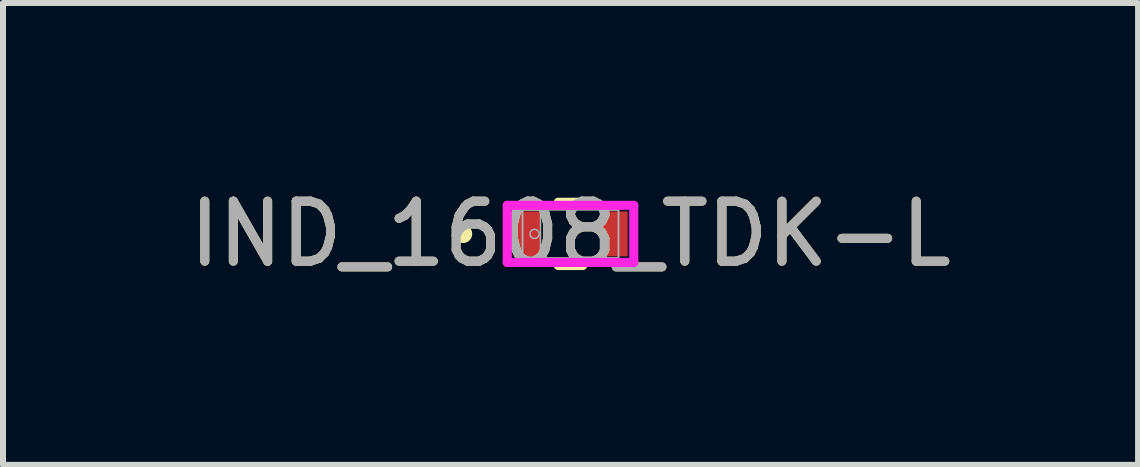
<source format=kicad_pcb>
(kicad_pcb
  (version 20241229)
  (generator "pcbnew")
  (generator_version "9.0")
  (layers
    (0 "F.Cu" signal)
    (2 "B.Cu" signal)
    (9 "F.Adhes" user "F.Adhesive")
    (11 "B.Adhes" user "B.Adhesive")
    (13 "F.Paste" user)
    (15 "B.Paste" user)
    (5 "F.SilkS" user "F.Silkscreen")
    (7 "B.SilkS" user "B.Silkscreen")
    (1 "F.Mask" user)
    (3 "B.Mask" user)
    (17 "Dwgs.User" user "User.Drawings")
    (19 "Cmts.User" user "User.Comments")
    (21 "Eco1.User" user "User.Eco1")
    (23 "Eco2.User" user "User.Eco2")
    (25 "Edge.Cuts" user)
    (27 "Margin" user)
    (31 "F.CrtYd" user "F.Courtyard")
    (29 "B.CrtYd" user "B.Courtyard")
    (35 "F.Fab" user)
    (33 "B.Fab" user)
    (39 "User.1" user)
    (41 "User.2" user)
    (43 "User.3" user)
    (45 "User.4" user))
  (footprint "IND_1608_TDK-L"
    (layer "F.Cu")
    (at 6.458 0.848)
    (property "Reference" "IND_1608_TDK-L" (at 0 0 0) (unlocked yes) (layer "F.SilkS") (effects (font (size 1 1) (thickness 0.15))))
    (attr smd)
    (fp_line (start -0.204 0.527) (end 0.204 0.527) (stroke (width 0.152) (type solid)) (layer "F.SilkS"))
    (fp_line (start 0.204 -0.527) (end -0.204 -0.527) (stroke (width 0.152) (type solid)) (layer "F.SilkS"))
    (fp_circle (center -1.791 0) (end -1.714 0) (stroke (width 0.152) (type solid)) (fill no) (layer "F.SilkS"))
    (fp_line (start -1.054 -0.476) (end 1.054 -0.476) (stroke (width 0.152) (type solid)) (layer "F.CrtYd"))
    (fp_line (start -1.054 0.476) (end -1.054 -0.476) (stroke (width 0.152) (type solid)) (layer "F.CrtYd"))
    (fp_line (start 1.054 -0.476) (end 1.054 0.476) (stroke (width 0.152) (type solid)) (layer "F.CrtYd"))
    (fp_line (start 1.054 0.476) (end -1.054 0.476) (stroke (width 0.152) (type solid)) (layer "F.CrtYd"))
    (fp_line (start -0.8 -0.4) (end -0.8 0.4) (stroke (width 0.025) (type solid)) (layer "F.Fab"))
    (fp_line (start -0.8 -0.4) (end -0.8 0.4) (stroke (width 0.025) (type solid)) (layer "F.Fab"))
    (fp_line (start -0.8 0.4) (end -0.5 0.4) (stroke (width 0.025) (type solid)) (layer "F.Fab"))
    (fp_line (start -0.8 0.4) (end 0.8 0.4) (stroke (width 0.025) (type solid)) (layer "F.Fab"))
    (fp_line (start -0.5 -0.4) (end -0.8 -0.4) (stroke (width 0.025) (type solid)) (layer "F.Fab"))
    (fp_line (start -0.5 0.4) (end -0.5 -0.4) (stroke (width 0.025) (type solid)) (layer "F.Fab"))
    (fp_line (start 0.5 -0.4) (end 0.5 0.4) (stroke (width 0.025) (type solid)) (layer "F.Fab"))
    (fp_line (start 0.5 0.4) (end 0.8 0.4) (stroke (width 0.025) (type solid)) (layer "F.Fab"))
    (fp_line (start 0.8 -0.4) (end -0.8 -0.4) (stroke (width 0.025) (type solid)) (layer "F.Fab"))
    (fp_line (start 0.8 -0.4) (end 0.5 -0.4) (stroke (width 0.025) (type solid)) (layer "F.Fab"))
    (fp_line (start 0.8 0.4) (end 0.8 -0.4) (stroke (width 0.025) (type solid)) (layer "F.Fab"))
    (fp_line (start 0.8 0.4) (end 0.8 -0.4) (stroke (width 0.025) (type solid)) (layer "F.Fab"))
    (fp_circle (center -0.599 0) (end -0.523 0) (stroke (width 0.025) (type solid)) (fill no) (layer "F.Fab"))
    (fp_text user "${REFERENCE}" (at 0 0 0) (unlocked yes) (layer "F.Fab") (effects (font (size 1 1) (thickness 0.15))))
    (pad "1" smd rect (at -0.726 0) (size 0.452 0.749) (layers "F.Cu" "F.Mask" "F.Paste"))
    (pad "2" smd rect (at 0.726 0) (size 0.452 0.749) (layers "F.Cu" "F.Mask" "F.Paste"))
    (zone (net_name "") (layer "F.Cu") (hatch full 0.508) (connect_pads) (min_thickness 0.254) (filled_areas_thickness no) (keepout (tracks not_allowed) (vias not_allowed) (pads allowed) (copperpour not_allowed) (footprints allowed)) (placement (enabled no)) (fill) (polygon (pts (xy 6.009 0.499) (xy 6.908 0.499) (xy 6.908 1.197) (xy 6.009 1.197)))))
  (gr_rect
    (start -3 -3)
    (end 15.917 4.697)
    (stroke (width 0.1) (type default))
    (fill no)
    (layer "Edge.Cuts")))
</source>
